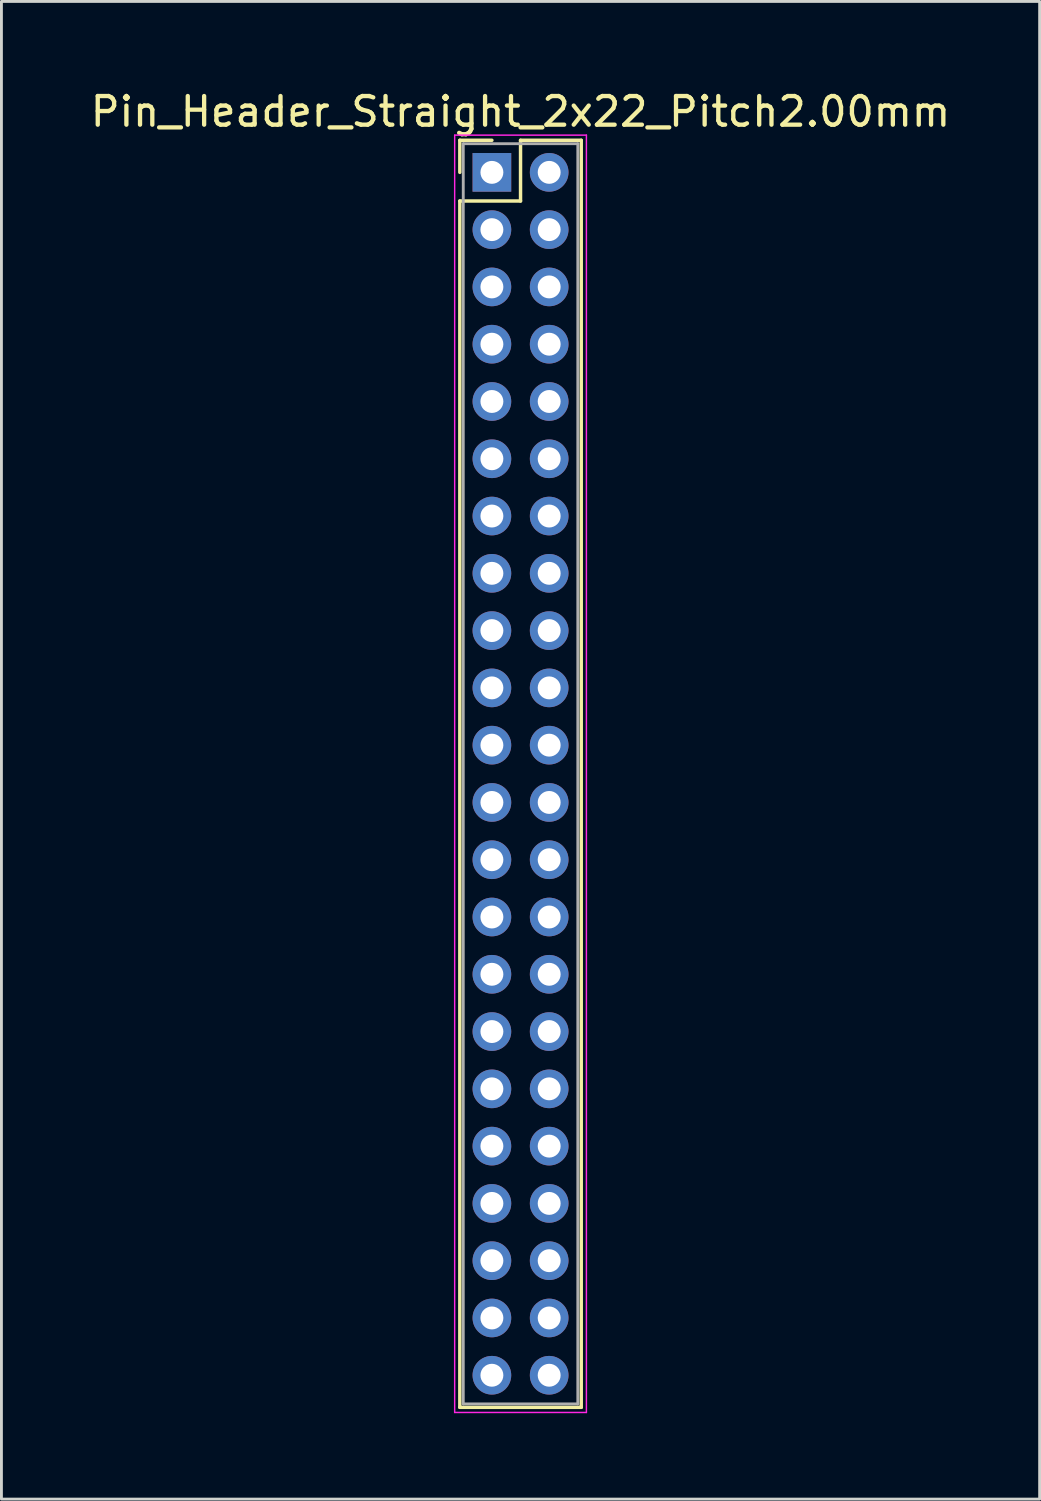
<source format=kicad_pcb>
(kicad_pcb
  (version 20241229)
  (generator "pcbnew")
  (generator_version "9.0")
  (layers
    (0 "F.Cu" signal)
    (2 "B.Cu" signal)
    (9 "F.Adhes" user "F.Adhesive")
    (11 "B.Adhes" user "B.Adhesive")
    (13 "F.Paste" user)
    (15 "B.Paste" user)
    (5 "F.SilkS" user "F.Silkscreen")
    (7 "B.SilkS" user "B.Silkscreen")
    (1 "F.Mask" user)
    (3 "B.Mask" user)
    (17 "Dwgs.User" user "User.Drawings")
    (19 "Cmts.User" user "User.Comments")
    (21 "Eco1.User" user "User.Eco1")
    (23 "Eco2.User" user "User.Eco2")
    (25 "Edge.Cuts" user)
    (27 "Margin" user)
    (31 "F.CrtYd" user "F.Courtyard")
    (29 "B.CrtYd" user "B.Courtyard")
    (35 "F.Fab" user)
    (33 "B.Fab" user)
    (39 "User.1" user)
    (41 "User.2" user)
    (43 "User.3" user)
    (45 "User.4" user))
  (footprint "Pin_Header_Straight_2x22_Pitch2.00mm"
    (layer "F.Cu")
    (at 14.125 2.968)
    (property "Reference" "Pin_Header_Straight_2x22_Pitch2.00mm" (at 1 -2.12 0) (layer "F.SilkS") (effects (font (size 1 1) (thickness 0.15))))
    (attr through_hole)
    (fp_line (start -1.12 -1.12) (end 0 -1.12) (stroke (width 0.12) (type solid)) (layer "F.SilkS"))
    (fp_line (start -1.12 0) (end -1.12 -1.12) (stroke (width 0.12) (type solid)) (layer "F.SilkS"))
    (fp_line (start -1.12 1) (end -1.12 43.12) (stroke (width 0.12) (type solid)) (layer "F.SilkS"))
    (fp_line (start -1.12 43.12) (end 3.12 43.12) (stroke (width 0.12) (type solid)) (layer "F.SilkS"))
    (fp_line (start 1 -1.12) (end 1 1) (stroke (width 0.12) (type solid)) (layer "F.SilkS"))
    (fp_line (start 1 1) (end -1.12 1) (stroke (width 0.12) (type solid)) (layer "F.SilkS"))
    (fp_line (start 3.12 -1.12) (end 1 -1.12) (stroke (width 0.12) (type solid)) (layer "F.SilkS"))
    (fp_line (start 3.12 43.12) (end 3.12 -1.12) (stroke (width 0.12) (type solid)) (layer "F.SilkS"))
    (fp_line (start -1.3 -1.3) (end -1.3 43.3) (stroke (width 0.05) (type solid)) (layer "F.CrtYd"))
    (fp_line (start -1.3 43.3) (end 3.3 43.3) (stroke (width 0.05) (type solid)) (layer "F.CrtYd"))
    (fp_line (start 3.3 -1.3) (end -1.3 -1.3) (stroke (width 0.05) (type solid)) (layer "F.CrtYd"))
    (fp_line (start 3.3 43.3) (end 3.3 -1.3) (stroke (width 0.05) (type solid)) (layer "F.CrtYd"))
    (fp_line (start -1 -1) (end -1 43) (stroke (width 0.1) (type solid)) (layer "F.Fab"))
    (fp_line (start -1 43) (end 3 43) (stroke (width 0.1) (type solid)) (layer "F.Fab"))
    (fp_line (start 3 -1) (end -1 -1) (stroke (width 0.1) (type solid)) (layer "F.Fab"))
    (fp_line (start 3 43) (end 3 -1) (stroke (width 0.1) (type solid)) (layer "F.Fab"))
    (pad "1" thru_hole rect (at 0 0) (size 1.35 1.35) (drill 0.8) (layers "*.Cu" "*.Mask"))
    (pad "2" thru_hole oval (at 2 0) (size 1.35 1.35) (drill 0.8) (layers "*.Cu" "*.Mask"))
    (pad "3" thru_hole oval (at 0 2) (size 1.35 1.35) (drill 0.8) (layers "*.Cu" "*.Mask"))
    (pad "4" thru_hole oval (at 2 2) (size 1.35 1.35) (drill 0.8) (layers "*.Cu" "*.Mask"))
    (pad "5" thru_hole oval (at 0 4) (size 1.35 1.35) (drill 0.8) (layers "*.Cu" "*.Mask"))
    (pad "6" thru_hole oval (at 2 4) (size 1.35 1.35) (drill 0.8) (layers "*.Cu" "*.Mask"))
    (pad "7" thru_hole oval (at 0 6) (size 1.35 1.35) (drill 0.8) (layers "*.Cu" "*.Mask"))
    (pad "8" thru_hole oval (at 2 6) (size 1.35 1.35) (drill 0.8) (layers "*.Cu" "*.Mask"))
    (pad "9" thru_hole oval (at 0 8) (size 1.35 1.35) (drill 0.8) (layers "*.Cu" "*.Mask"))
    (pad "10" thru_hole oval (at 2 8) (size 1.35 1.35) (drill 0.8) (layers "*.Cu" "*.Mask"))
    (pad "11" thru_hole oval (at 0 10) (size 1.35 1.35) (drill 0.8) (layers "*.Cu" "*.Mask"))
    (pad "12" thru_hole oval (at 2 10) (size 1.35 1.35) (drill 0.8) (layers "*.Cu" "*.Mask"))
    (pad "13" thru_hole oval (at 0 12) (size 1.35 1.35) (drill 0.8) (layers "*.Cu" "*.Mask"))
    (pad "14" thru_hole oval (at 2 12) (size 1.35 1.35) (drill 0.8) (layers "*.Cu" "*.Mask"))
    (pad "15" thru_hole oval (at 0 14) (size 1.35 1.35) (drill 0.8) (layers "*.Cu" "*.Mask"))
    (pad "16" thru_hole oval (at 2 14) (size 1.35 1.35) (drill 0.8) (layers "*.Cu" "*.Mask"))
    (pad "17" thru_hole oval (at 0 16) (size 1.35 1.35) (drill 0.8) (layers "*.Cu" "*.Mask"))
    (pad "18" thru_hole oval (at 2 16) (size 1.35 1.35) (drill 0.8) (layers "*.Cu" "*.Mask"))
    (pad "19" thru_hole oval (at 0 18) (size 1.35 1.35) (drill 0.8) (layers "*.Cu" "*.Mask"))
    (pad "20" thru_hole oval (at 2 18) (size 1.35 1.35) (drill 0.8) (layers "*.Cu" "*.Mask"))
    (pad "21" thru_hole oval (at 0 20) (size 1.35 1.35) (drill 0.8) (layers "*.Cu" "*.Mask"))
    (pad "22" thru_hole oval (at 2 20) (size 1.35 1.35) (drill 0.8) (layers "*.Cu" "*.Mask"))
    (pad "23" thru_hole oval (at 0 22) (size 1.35 1.35) (drill 0.8) (layers "*.Cu" "*.Mask"))
    (pad "24" thru_hole oval (at 2 22) (size 1.35 1.35) (drill 0.8) (layers "*.Cu" "*.Mask"))
    (pad "25" thru_hole oval (at 0 24) (size 1.35 1.35) (drill 0.8) (layers "*.Cu" "*.Mask"))
    (pad "26" thru_hole oval (at 2 24) (size 1.35 1.35) (drill 0.8) (layers "*.Cu" "*.Mask"))
    (pad "27" thru_hole oval (at 0 26) (size 1.35 1.35) (drill 0.8) (layers "*.Cu" "*.Mask"))
    (pad "28" thru_hole oval (at 2 26) (size 1.35 1.35) (drill 0.8) (layers "*.Cu" "*.Mask"))
    (pad "29" thru_hole oval (at 0 28) (size 1.35 1.35) (drill 0.8) (layers "*.Cu" "*.Mask"))
    (pad "30" thru_hole oval (at 2 28) (size 1.35 1.35) (drill 0.8) (layers "*.Cu" "*.Mask"))
    (pad "31" thru_hole oval (at 0 30) (size 1.35 1.35) (drill 0.8) (layers "*.Cu" "*.Mask"))
    (pad "32" thru_hole oval (at 2 30) (size 1.35 1.35) (drill 0.8) (layers "*.Cu" "*.Mask"))
    (pad "33" thru_hole oval (at 0 32) (size 1.35 1.35) (drill 0.8) (layers "*.Cu" "*.Mask"))
    (pad "34" thru_hole oval (at 2 32) (size 1.35 1.35) (drill 0.8) (layers "*.Cu" "*.Mask"))
    (pad "35" thru_hole oval (at 0 34) (size 1.35 1.35) (drill 0.8) (layers "*.Cu" "*.Mask"))
    (pad "36" thru_hole oval (at 2 34) (size 1.35 1.35) (drill 0.8) (layers "*.Cu" "*.Mask"))
    (pad "37" thru_hole oval (at 0 36) (size 1.35 1.35) (drill 0.8) (layers "*.Cu" "*.Mask"))
    (pad "38" thru_hole oval (at 2 36) (size 1.35 1.35) (drill 0.8) (layers "*.Cu" "*.Mask"))
    (pad "39" thru_hole oval (at 0 38) (size 1.35 1.35) (drill 0.8) (layers "*.Cu" "*.Mask"))
    (pad "40" thru_hole oval (at 2 38) (size 1.35 1.35) (drill 0.8) (layers "*.Cu" "*.Mask"))
    (pad "41" thru_hole oval (at 0 40) (size 1.35 1.35) (drill 0.8) (layers "*.Cu" "*.Mask"))
    (pad "42" thru_hole oval (at 2 40) (size 1.35 1.35) (drill 0.8) (layers "*.Cu" "*.Mask"))
    (pad "43" thru_hole oval (at 0 42) (size 1.35 1.35) (drill 0.8) (layers "*.Cu" "*.Mask"))
    (pad "44" thru_hole oval (at 2 42) (size 1.35 1.35) (drill 0.8) (layers "*.Cu" "*.Mask")))
  (gr_rect
    (start -3 -3)
    (end 33.25 49.293)
    (stroke (width 0.1) (type default))
    (fill no)
    (layer "Edge.Cuts")))
</source>
